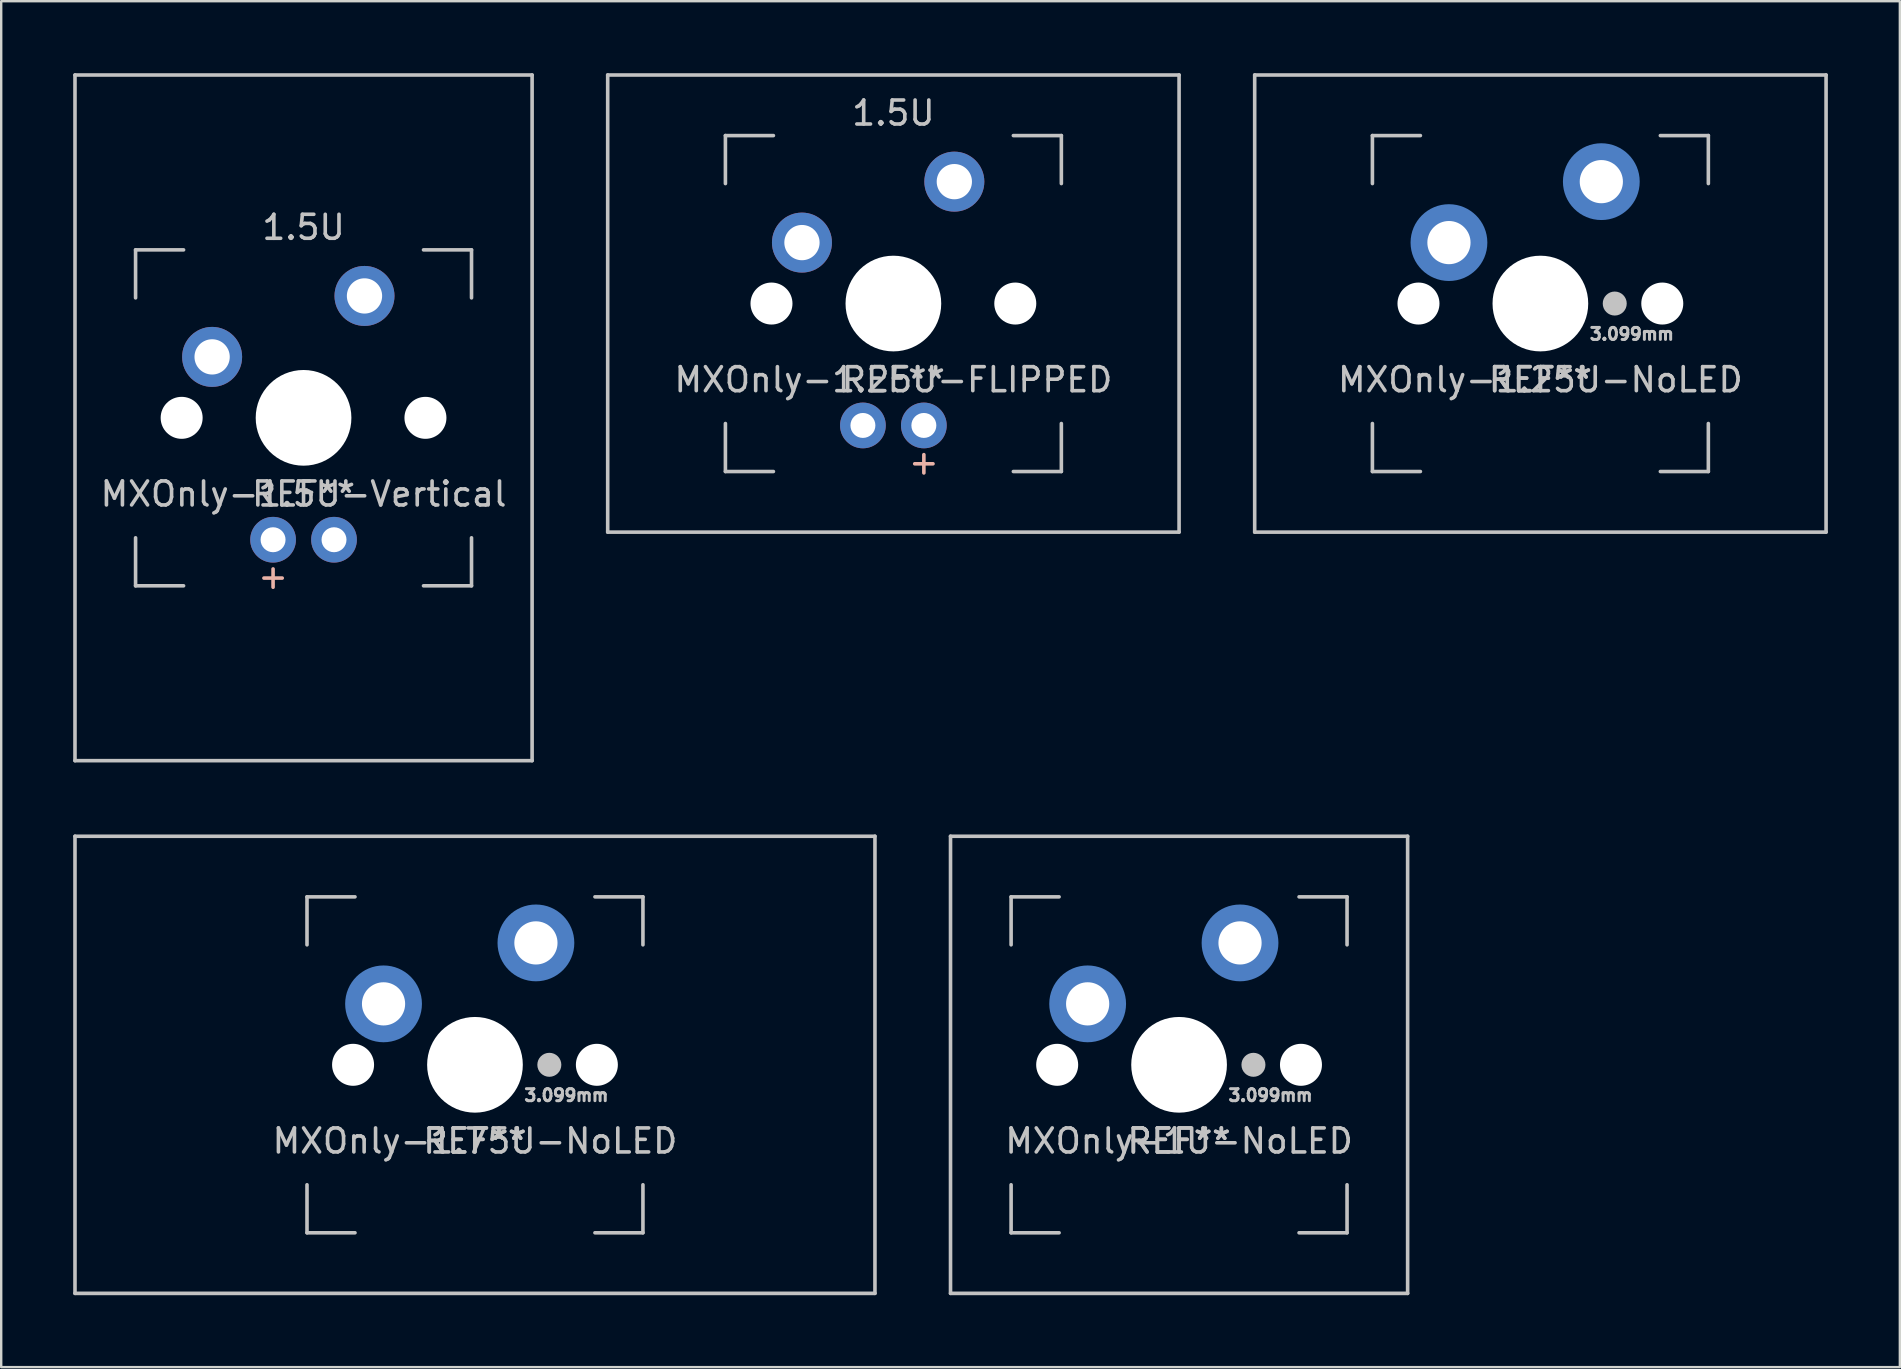
<source format=kicad_pcb>
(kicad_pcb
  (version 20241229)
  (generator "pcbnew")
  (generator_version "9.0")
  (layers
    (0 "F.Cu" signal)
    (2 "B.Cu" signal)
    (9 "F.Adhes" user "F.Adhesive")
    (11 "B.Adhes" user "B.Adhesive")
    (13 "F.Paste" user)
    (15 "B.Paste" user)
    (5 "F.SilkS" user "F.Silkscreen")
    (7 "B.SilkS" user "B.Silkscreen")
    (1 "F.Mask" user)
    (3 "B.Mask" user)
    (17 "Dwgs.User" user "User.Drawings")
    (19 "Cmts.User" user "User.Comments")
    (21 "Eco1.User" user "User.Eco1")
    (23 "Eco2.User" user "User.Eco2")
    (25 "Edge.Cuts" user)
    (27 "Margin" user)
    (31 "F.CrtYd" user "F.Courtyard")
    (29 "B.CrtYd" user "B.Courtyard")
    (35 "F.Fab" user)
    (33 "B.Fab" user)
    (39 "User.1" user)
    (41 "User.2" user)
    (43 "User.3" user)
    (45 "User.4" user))
  (footprint "MXOnly-1.5U-Vertical"
    (layer "F.Cu")
    (at 9.6 14.363)
    (property "Reference" "MXOnly-1.5U-Vertical" (at 0 3.175 0) (layer "Dwgs.User") (effects (font (size 1 1) (thickness 0.15))))
    (attr through_hole)
    (fp_line (start -9.525 -14.287) (end -9.525 14.287) (stroke (width 0.15) (type solid)) (layer "Dwgs.User"))
    (fp_line (start -7 -7) (end -7 -5) (stroke (width 0.15) (type solid)) (layer "Dwgs.User"))
    (fp_line (start -7 5) (end -7 7) (stroke (width 0.15) (type solid)) (layer "Dwgs.User"))
    (fp_line (start -7 7) (end -5 7) (stroke (width 0.15) (type solid)) (layer "Dwgs.User"))
    (fp_line (start -5 -7) (end -7 -7) (stroke (width 0.15) (type solid)) (layer "Dwgs.User"))
    (fp_line (start 5 -7) (end 7 -7) (stroke (width 0.15) (type solid)) (layer "Dwgs.User"))
    (fp_line (start 5 7) (end 7 7) (stroke (width 0.15) (type solid)) (layer "Dwgs.User"))
    (fp_line (start 7 -7) (end 7 -5) (stroke (width 0.15) (type solid)) (layer "Dwgs.User"))
    (fp_line (start 7 7) (end 7 5) (stroke (width 0.15) (type solid)) (layer "Dwgs.User"))
    (fp_line (start 9.525 -14.287) (end -9.525 -14.287) (stroke (width 0.15) (type solid)) (layer "Dwgs.User"))
    (fp_line (start 9.525 -14.287) (end 9.525 14.287) (stroke (width 0.15) (type solid)) (layer "Dwgs.User"))
    (fp_line (start 9.525 14.287) (end -9.525 14.287) (stroke (width 0.15) (type solid)) (layer "Dwgs.User"))
    (fp_text user "+" (at -1.27 6.604 0) (layer "B.SilkS") (effects (font (size 1 1) (thickness 0.15))))
    (fp_text user "1.5U" (at 0 -7.938 0) (layer "Dwgs.User") (effects (font (size 1 1) (thickness 0.15))))
    (fp_text user "REF**" (at 0 3.175 0) (layer "Dwgs.User") (effects (font (size 1 1) (thickness 0.15))))
    (pad "" np_thru_hole circle (at -5.08 0 48.1) (size 1.75 1.75) (drill 1.75) (layers "*.Cu" "*.Mask"))
    (pad "" np_thru_hole circle (at 0 0) (size 3.988 3.988) (drill 3.988) (layers "*.Cu" "*.Mask"))
    (pad "" np_thru_hole circle (at 5.08 0 48.1) (size 1.75 1.75) (drill 1.75) (layers "*.Cu" "*.Mask"))
    (pad "1" thru_hole circle (at -3.81 -2.54) (size 2.5 2.5) (drill 1.47) (layers "*.Cu" "B.Mask"))
    (pad "2" thru_hole circle (at 2.54 -5.08) (size 2.5 2.5) (drill 1.47) (layers "*.Cu" "B.Mask"))
    (pad "3" thru_hole circle (at -1.27 5.08) (size 1.905 1.905) (drill 1.04) (layers "*.Cu" "B.Mask"))
    (pad "4" thru_hole circle (at 1.27 5.08) (size 1.905 1.905) (drill 1.04) (layers "*.Cu" "B.Mask")))
  (footprint "MXOnly-1U-NoLED"
    (layer "F.Cu")
    (at 46.087 41.325)
    (property "Reference" "MXOnly-1U-NoLED" (at 0 3.175 0) (layer "Dwgs.User") (effects (font (size 1 1) (thickness 0.15))))
    (attr through_hole)
    (fp_line (start -9.525 -9.525) (end 9.525 -9.525) (stroke (width 0.15) (type solid)) (layer "Dwgs.User"))
    (fp_line (start -9.525 9.525) (end -9.525 -9.525) (stroke (width 0.15) (type solid)) (layer "Dwgs.User"))
    (fp_line (start -7 -7) (end -7 -5) (stroke (width 0.15) (type solid)) (layer "Dwgs.User"))
    (fp_line (start -7 5) (end -7 7) (stroke (width 0.15) (type solid)) (layer "Dwgs.User"))
    (fp_line (start -7 7) (end -5 7) (stroke (width 0.15) (type solid)) (layer "Dwgs.User"))
    (fp_line (start -5 -7) (end -7 -7) (stroke (width 0.15) (type solid)) (layer "Dwgs.User"))
    (fp_line (start 5 -7) (end 7 -7) (stroke (width 0.15) (type solid)) (layer "Dwgs.User"))
    (fp_line (start 5 7) (end 7 7) (stroke (width 0.15) (type solid)) (layer "Dwgs.User"))
    (fp_line (start 7 -7) (end 7 -5) (stroke (width 0.15) (type solid)) (layer "Dwgs.User"))
    (fp_line (start 7 7) (end 7 5) (stroke (width 0.15) (type solid)) (layer "Dwgs.User"))
    (fp_line (start 9.525 -9.525) (end 9.525 9.525) (stroke (width 0.15) (type solid)) (layer "Dwgs.User"))
    (fp_line (start 9.525 9.525) (end -9.525 9.525) (stroke (width 0.15) (type solid)) (layer "Dwgs.User"))
    (fp_text user "REF**" (at 0 3.175 0) (layer "Dwgs.User") (effects (font (size 1 1) (thickness 0.15))))
    (fp_text user "REF**" (at 0 3.175 0) (layer "Dwgs.User") (effects (font (size 1 1) (thickness 0.15))))
    (fp_text user "3.099mm" (at 3.81 1.27 0) (layer "Dwgs.User") (effects (font (size 0.5 0.5) (thickness 0.125))))
    (pad "" np_thru_hole circle (at -5.08 0 48.1) (size 1.75 1.75) (drill 1.75) (layers "*.Cu" "*.Mask"))
    (pad "" smd circle (at -3.81 -2.54) (size 2.8 2.8) (layers "B.Mask"))
    (pad "" np_thru_hole circle (at 0 0) (size 3.988 3.988) (drill 3.988) (layers "*.Cu" "*.Mask"))
    (pad "" smd circle (at 2.54 -5.08) (size 2.8 2.8) (layers "B.Mask"))
    (pad "" smd circle (at 3.099 0) (size 1 1) (layers "Dwgs.User"))
    (pad "" np_thru_hole circle (at 5.08 0 48.1) (size 1.75 1.75) (drill 1.75) (layers "*.Cu" "*.Mask"))
    (pad "1" thru_hole circle (at -3.81 -2.54) (size 2.4 2.4) (drill 1.8) (layers "*.Cu"))
    (pad "1" smd circle (at -3.81 -2.54) (size 3.2 3.2) (layers "B.Cu"))
    (pad "2" thru_hole circle (at 2.54 -5.08) (size 2.4 2.4) (drill 1.8) (layers "*.Cu"))
    (pad "2" smd circle (at 2.54 -5.08) (size 3.2 3.2) (layers "B.Cu")))
  (footprint "MXOnly-1.25U-NoLED"
    (layer "F.Cu")
    (at 61.144 9.6)
    (property "Reference" "MXOnly-1.25U-NoLED" (at 0 3.175 0) (layer "Dwgs.User") (effects (font (size 1 1) (thickness 0.15))))
    (attr through_hole)
    (fp_line (start -11.906 -9.525) (end 11.906 -9.525) (stroke (width 0.15) (type solid)) (layer "Dwgs.User"))
    (fp_line (start -11.906 9.525) (end -11.906 -9.525) (stroke (width 0.15) (type solid)) (layer "Dwgs.User"))
    (fp_line (start -11.906 9.525) (end 11.906 9.525) (stroke (width 0.15) (type solid)) (layer "Dwgs.User"))
    (fp_line (start -7 -7) (end -7 -5) (stroke (width 0.15) (type solid)) (layer "Dwgs.User"))
    (fp_line (start -7 5) (end -7 7) (stroke (width 0.15) (type solid)) (layer "Dwgs.User"))
    (fp_line (start -7 7) (end -5 7) (stroke (width 0.15) (type solid)) (layer "Dwgs.User"))
    (fp_line (start -5 -7) (end -7 -7) (stroke (width 0.15) (type solid)) (layer "Dwgs.User"))
    (fp_line (start 5 -7) (end 7 -7) (stroke (width 0.15) (type solid)) (layer "Dwgs.User"))
    (fp_line (start 5 7) (end 7 7) (stroke (width 0.15) (type solid)) (layer "Dwgs.User"))
    (fp_line (start 7 -7) (end 7 -5) (stroke (width 0.15) (type solid)) (layer "Dwgs.User"))
    (fp_line (start 7 7) (end 7 5) (stroke (width 0.15) (type solid)) (layer "Dwgs.User"))
    (fp_line (start 11.906 -9.525) (end 11.906 9.525) (stroke (width 0.15) (type solid)) (layer "Dwgs.User"))
    (fp_text user "REF**" (at 0 3.175 0) (layer "Dwgs.User") (effects (font (size 1 1) (thickness 0.15))))
    (fp_text user "REF**" (at 0 3.175 0) (layer "Dwgs.User") (effects (font (size 1 1) (thickness 0.15))))
    (fp_text user "3.099mm" (at 3.81 1.27 0) (layer "Dwgs.User") (effects (font (size 0.5 0.5) (thickness 0.125))))
    (pad "" np_thru_hole circle (at -5.08 0 48.1) (size 1.75 1.75) (drill 1.75) (layers "*.Cu" "*.Mask"))
    (pad "" smd circle (at -3.81 -2.54) (size 2.8 2.8) (layers "B.Mask"))
    (pad "" np_thru_hole circle (at 0 0) (size 3.988 3.988) (drill 3.988) (layers "*.Cu" "*.Mask"))
    (pad "" smd circle (at 2.54 -5.08) (size 2.8 2.8) (layers "B.Mask"))
    (pad "" smd circle (at 3.099 0) (size 1 1) (layers "Dwgs.User"))
    (pad "" np_thru_hole circle (at 5.08 0 48.1) (size 1.75 1.75) (drill 1.75) (layers "*.Cu" "*.Mask"))
    (pad "1" thru_hole circle (at -3.81 -2.54) (size 2.4 2.4) (drill 1.8) (layers "*.Cu"))
    (pad "1" smd circle (at -3.81 -2.54) (size 3.2 3.2) (layers "B.Cu"))
    (pad "2" thru_hole circle (at 2.54 -5.08) (size 2.4 2.4) (drill 1.8) (layers "*.Cu"))
    (pad "2" smd circle (at 2.54 -5.08) (size 3.2 3.2) (layers "B.Cu")))
  (footprint "MXOnly-1.75U-NoLED"
    (layer "F.Cu")
    (at 16.744 41.325)
    (property "Reference" "MXOnly-1.75U-NoLED" (at 0 3.175 0) (layer "Dwgs.User") (effects (font (size 1 1) (thickness 0.15))))
    (attr through_hole)
    (fp_line (start -16.669 -9.525) (end 16.669 -9.525) (stroke (width 0.15) (type solid)) (layer "Dwgs.User"))
    (fp_line (start -16.669 9.525) (end -16.669 -9.525) (stroke (width 0.15) (type solid)) (layer "Dwgs.User"))
    (fp_line (start -16.669 9.525) (end 16.669 9.525) (stroke (width 0.15) (type solid)) (layer "Dwgs.User"))
    (fp_line (start -7 -7) (end -7 -5) (stroke (width 0.15) (type solid)) (layer "Dwgs.User"))
    (fp_line (start -7 5) (end -7 7) (stroke (width 0.15) (type solid)) (layer "Dwgs.User"))
    (fp_line (start -7 7) (end -5 7) (stroke (width 0.15) (type solid)) (layer "Dwgs.User"))
    (fp_line (start -5 -7) (end -7 -7) (stroke (width 0.15) (type solid)) (layer "Dwgs.User"))
    (fp_line (start 5 -7) (end 7 -7) (stroke (width 0.15) (type solid)) (layer "Dwgs.User"))
    (fp_line (start 5 7) (end 7 7) (stroke (width 0.15) (type solid)) (layer "Dwgs.User"))
    (fp_line (start 7 -7) (end 7 -5) (stroke (width 0.15) (type solid)) (layer "Dwgs.User"))
    (fp_line (start 7 7) (end 7 5) (stroke (width 0.15) (type solid)) (layer "Dwgs.User"))
    (fp_line (start 16.669 -9.525) (end 16.669 9.525) (stroke (width 0.15) (type solid)) (layer "Dwgs.User"))
    (fp_text user "REF**" (at 0 3.175 0) (layer "Dwgs.User") (effects (font (size 1 1) (thickness 0.15))))
    (fp_text user "REF**" (at 0 3.175 0) (layer "Dwgs.User") (effects (font (size 1 1) (thickness 0.15))))
    (fp_text user "3.099mm" (at 3.81 1.27 0) (layer "Dwgs.User") (effects (font (size 0.5 0.5) (thickness 0.125))))
    (pad "" np_thru_hole circle (at -5.08 0 48.1) (size 1.75 1.75) (drill 1.75) (layers "*.Cu" "*.Mask"))
    (pad "" smd circle (at -3.81 -2.54) (size 2.8 2.8) (layers "B.Mask"))
    (pad "" np_thru_hole circle (at 0 0) (size 3.988 3.988) (drill 3.988) (layers "*.Cu" "*.Mask"))
    (pad "" smd circle (at 2.54 -5.08) (size 2.8 2.8) (layers "B.Mask"))
    (pad "" smd circle (at 3.099 0) (size 1 1) (layers "Dwgs.User"))
    (pad "" np_thru_hole circle (at 5.08 0 48.1) (size 1.75 1.75) (drill 1.75) (layers "*.Cu" "*.Mask"))
    (pad "1" thru_hole circle (at -3.81 -2.54) (size 2.4 2.4) (drill 1.8) (layers "*.Cu"))
    (pad "1" smd circle (at -3.81 -2.54) (size 3.2 3.2) (layers "B.Cu"))
    (pad "2" thru_hole circle (at 2.54 -5.08) (size 2.4 2.4) (drill 1.8) (layers "*.Cu"))
    (pad "2" smd circle (at 2.54 -5.08) (size 3.2 3.2) (layers "B.Cu")))
  (footprint "MXOnly-1.25U-FLIPPED"
    (layer "F.Cu")
    (at 34.181 9.6)
    (property "Reference" "MXOnly-1.25U-FLIPPED" (at 0 3.175 0) (layer "Dwgs.User") (effects (font (size 1 1) (thickness 0.15))))
    (attr through_hole)
    (fp_line (start -11.906 -9.525) (end 11.906 -9.525) (stroke (width 0.15) (type solid)) (layer "Dwgs.User"))
    (fp_line (start -11.906 9.525) (end -11.906 -9.525) (stroke (width 0.15) (type solid)) (layer "Dwgs.User"))
    (fp_line (start -11.906 9.525) (end 11.906 9.525) (stroke (width 0.15) (type solid)) (layer "Dwgs.User"))
    (fp_line (start -7 -7) (end -7 -5) (stroke (width 0.15) (type solid)) (layer "Dwgs.User"))
    (fp_line (start -7 5) (end -7 7) (stroke (width 0.15) (type solid)) (layer "Dwgs.User"))
    (fp_line (start -7 7) (end -5 7) (stroke (width 0.15) (type solid)) (layer "Dwgs.User"))
    (fp_line (start -5 -7) (end -7 -7) (stroke (width 0.15) (type solid)) (layer "Dwgs.User"))
    (fp_line (start 5 -7) (end 7 -7) (stroke (width 0.15) (type solid)) (layer "Dwgs.User"))
    (fp_line (start 5 7) (end 7 7) (stroke (width 0.15) (type solid)) (layer "Dwgs.User"))
    (fp_line (start 7 -7) (end 7 -5) (stroke (width 0.15) (type solid)) (layer "Dwgs.User"))
    (fp_line (start 7 7) (end 7 5) (stroke (width 0.15) (type solid)) (layer "Dwgs.User"))
    (fp_line (start 11.906 -9.525) (end 11.906 9.525) (stroke (width 0.15) (type solid)) (layer "Dwgs.User"))
    (fp_text user "+" (at 1.27 6.604 0) (layer "B.SilkS") (effects (font (size 1 1) (thickness 0.15))))
    (fp_text user "1.5U" (at 0 -7.938 0) (layer "Dwgs.User") (effects (font (size 1 1) (thickness 0.15))))
    (fp_text user "REF**" (at 0 3.175 0) (layer "Dwgs.User") (effects (font (size 1 1) (thickness 0.15))))
    (pad "" np_thru_hole circle (at -5.08 0 48.1) (size 1.75 1.75) (drill 1.75) (layers "*.Cu" "*.Mask"))
    (pad "" np_thru_hole circle (at 0 0) (size 3.988 3.988) (drill 3.988) (layers "*.Cu" "*.Mask"))
    (pad "" np_thru_hole circle (at 5.08 0 48.1) (size 1.75 1.75) (drill 1.75) (layers "*.Cu" "*.Mask"))
    (pad "1" thru_hole circle (at -3.81 -2.54) (size 2.5 2.5) (drill 1.47) (layers "*.Cu" "B.Mask"))
    (pad "2" thru_hole circle (at 2.54 -5.08) (size 2.5 2.5) (drill 1.47) (layers "*.Cu" "B.Mask"))
    (pad "3" thru_hole circle (at 1.27 5.08) (size 1.905 1.905) (drill 1.04) (layers "*.Cu" "*.Mask"))
    (pad "4" thru_hole circle (at -1.27 5.08) (size 1.905 1.905) (drill 1.04) (layers "*.Cu" "*.Mask")))
  (gr_rect
    (start -3 -3)
    (end 76.125 53.925)
    (stroke (width 0.1) (type default))
    (fill no)
    (layer "Edge.Cuts")))
</source>
